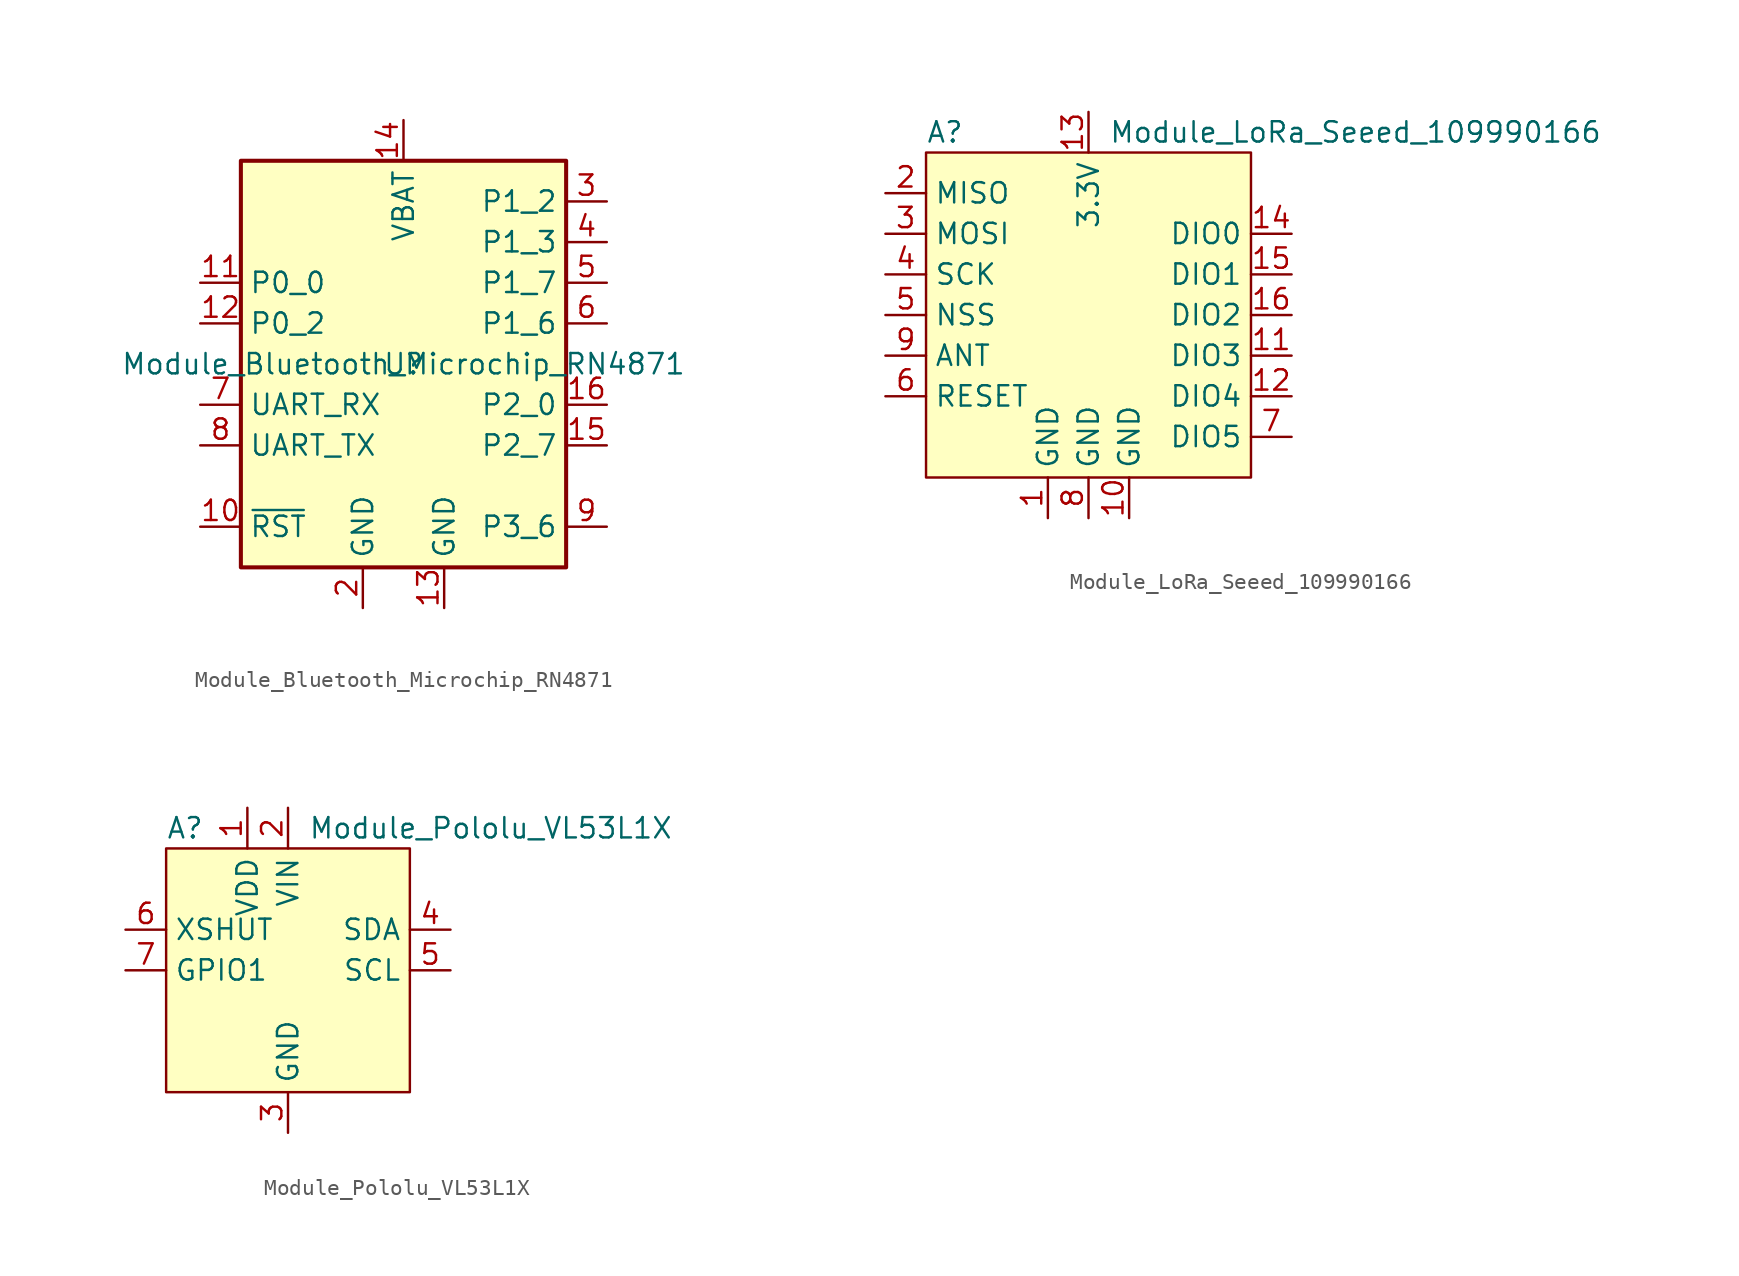
<source format=kicad_sym>
(kicad_symbol_lib
  (version 20231120)
  (generator "kicad_symbol_editor")
  (generator_version "8.0")
  (symbol "Module_Bluetooth_Microchip_RN4871"
    (property "Reference" "U"
      (at 0 0 0)
      (effects (font (size 1.27 1.27))))
    (property "Value" "Module_Bluetooth_Microchip_RN4871"
      (at 0 0 0)
      (effects (font (size 1.27 1.27))))
    (symbol "Module_Bluetooth_Microchip_RN4871_1_1"
      (rectangle (start -10.16 12.7) (end 10.16 -12.7) (stroke (width 0.254) (type default)) (fill (type background)))
      (pin no_connect line (at -12.7 10.16 0) (length 2.54) hide (name "NC" (effects (font (size 1.27 1.27)))) (number "1" (effects (font (size 1.27 1.27)))))
      (pin input line (at -12.7 -10.16 0) (length 2.54) (name "~{RST}" (effects (font (size 1.27 1.27)))) (number "10" (effects (font (size 1.27 1.27)))))
      (pin bidirectional line (at -12.7 5.08 0) (length 2.54) (name "P0_0" (effects (font (size 1.27 1.27)))) (number "11" (effects (font (size 1.27 1.27)))))
      (pin bidirectional line (at -12.7 2.54 0) (length 2.54) (name "P0_2" (effects (font (size 1.27 1.27)))) (number "12" (effects (font (size 1.27 1.27)))))
      (pin power_in line (at 2.54 -15.24 90) (length 2.54) (name "GND" (effects (font (size 1.27 1.27)))) (number "13" (effects (font (size 1.27 1.27)))))
      (pin power_in line (at 0 15.24 270) (length 2.54) (name "VBAT" (effects (font (size 1.27 1.27)))) (number "14" (effects (font (size 1.27 1.27)))))
      (pin bidirectional line (at 12.7 -5.08 180) (length 2.54) (name "P2_7" (effects (font (size 1.27 1.27)))) (number "15" (effects (font (size 1.27 1.27)))))
      (pin bidirectional line (at 12.7 -2.54 180) (length 2.54) (name "P2_0" (effects (font (size 1.27 1.27)))) (number "16" (effects (font (size 1.27 1.27)))))
      (pin power_in line (at -2.54 -15.24 90) (length 2.54) (name "GND" (effects (font (size 1.27 1.27)))) (number "2" (effects (font (size 1.27 1.27)))))
      (pin bidirectional line (at 12.7 10.16 180) (length 2.54) (name "P1_2" (effects (font (size 1.27 1.27)))) (number "3" (effects (font (size 1.27 1.27)))))
      (pin bidirectional line (at 12.7 7.62 180) (length 2.54) (name "P1_3" (effects (font (size 1.27 1.27)))) (number "4" (effects (font (size 1.27 1.27)))))
      (pin bidirectional line (at 12.7 5.08 180) (length 2.54) (name "P1_7" (effects (font (size 1.27 1.27)))) (number "5" (effects (font (size 1.27 1.27)))))
      (pin bidirectional line (at 12.7 2.54 180) (length 2.54) (name "P1_6" (effects (font (size 1.27 1.27)))) (number "6" (effects (font (size 1.27 1.27)))))
      (pin bidirectional line (at -12.7 -2.54 0) (length 2.54) (name "UART_RX" (effects (font (size 1.27 1.27)))) (number "7" (effects (font (size 1.27 1.27)))))
      (pin bidirectional line (at -12.7 -5.08 0) (length 2.54) (name "UART_TX" (effects (font (size 1.27 1.27)))) (number "8" (effects (font (size 1.27 1.27)))))
      (pin bidirectional line (at 12.7 -10.16 180) (length 2.54) (name "P3_6" (effects (font (size 1.27 1.27)))) (number "9" (effects (font (size 1.27 1.27)))))))
  (symbol "Module_LoRa_Seeed_109990166"
    (property "Reference" "A"
      (at -10.16 11.43 0)
      (effects (font (size 1.27 1.27)) (justify left)))
    (property "Value" "Module_LoRa_Seeed_109990166"
      (at 1.27 11.43 0)
      (effects (font (size 1.27 1.27)) (justify left)))
    (symbol "Module_LoRa_Seeed_109990166_1_1"
      (rectangle (start -10.16 10.16) (end 10.16 -10.16) (stroke (width 0) (type default)) (fill (type background)))
      (pin power_in line (at -2.54 -12.7 90) (length 2.54) (name "GND" (effects (font (size 1.27 1.27)))) (number "1" (effects (font (size 1.27 1.27)))))
      (pin power_in line (at 2.54 -12.7 90) (length 2.54) (name "GND" (effects (font (size 1.27 1.27)))) (number "10" (effects (font (size 1.27 1.27)))))
      (pin bidirectional line (at 12.7 -2.54 180) (length 2.54) (name "DIO3" (effects (font (size 1.27 1.27)))) (number "11" (effects (font (size 1.27 1.27)))))
      (pin bidirectional line (at 12.7 -5.08 180) (length 2.54) (name "DIO4" (effects (font (size 1.27 1.27)))) (number "12" (effects (font (size 1.27 1.27)))))
      (pin power_in line (at 0 12.7 270) (length 2.54) (name "3.3V" (effects (font (size 1.27 1.27)))) (number "13" (effects (font (size 1.27 1.27)))))
      (pin bidirectional line (at 12.7 5.08 180) (length 2.54) (name "DIO0" (effects (font (size 1.27 1.27)))) (number "14" (effects (font (size 1.27 1.27)))))
      (pin bidirectional line (at 12.7 2.54 180) (length 2.54) (name "DIO1" (effects (font (size 1.27 1.27)))) (number "15" (effects (font (size 1.27 1.27)))))
      (pin bidirectional line (at 12.7 0 180) (length 2.54) (name "DIO2" (effects (font (size 1.27 1.27)))) (number "16" (effects (font (size 1.27 1.27)))))
      (pin input line (at -12.7 7.62 0) (length 2.54) (name "MISO" (effects (font (size 1.27 1.27)))) (number "2" (effects (font (size 1.27 1.27)))))
      (pin output line (at -12.7 5.08 0) (length 2.54) (name "MOSI" (effects (font (size 1.27 1.27)))) (number "3" (effects (font (size 1.27 1.27)))))
      (pin input line (at -12.7 2.54 0) (length 2.54) (name "SCK" (effects (font (size 1.27 1.27)))) (number "4" (effects (font (size 1.27 1.27)))))
      (pin input line (at -12.7 0 0) (length 2.54) (name "NSS" (effects (font (size 1.27 1.27)))) (number "5" (effects (font (size 1.27 1.27)))))
      (pin input line (at -12.7 -5.08 0) (length 2.54) (name "RESET" (effects (font (size 1.27 1.27)))) (number "6" (effects (font (size 1.27 1.27)))))
      (pin bidirectional line (at 12.7 -7.62 180) (length 2.54) (name "DIO5" (effects (font (size 1.27 1.27)))) (number "7" (effects (font (size 1.27 1.27)))))
      (pin power_in line (at 0 -12.7 90) (length 2.54) (name "GND" (effects (font (size 1.27 1.27)))) (number "8" (effects (font (size 1.27 1.27)))))
      (pin bidirectional line (at -12.7 -2.54 0) (length 2.54) (name "ANT" (effects (font (size 1.27 1.27)))) (number "9" (effects (font (size 1.27 1.27)))))))
  (symbol "Module_Pololu_VL53L1X"
    (property "Reference" "A"
      (at -7.62 8.89 0)
      (effects (font (size 1.27 1.27)) (justify left)))
    (property "Value" "Module_Pololu_VL53L1X"
      (at 1.27 8.89 0)
      (effects (font (size 1.27 1.27)) (justify left)))
    (symbol "Module_Pololu_VL53L1X_1_1"
      (rectangle (start -7.62 7.62) (end 7.62 -7.62) (stroke (width 0) (type default)) (fill (type background)))
      (pin power_in line (at -2.54 10.16 270) (length 2.54) (name "VDD" (effects (font (size 1.27 1.27)))) (number "1" (effects (font (size 1.27 1.27)))))
      (pin power_in line (at 0 10.16 270) (length 2.54) (name "VIN" (effects (font (size 1.27 1.27)))) (number "2" (effects (font (size 1.27 1.27)))))
      (pin power_in line (at 0 -10.16 90) (length 2.54) (name "GND" (effects (font (size 1.27 1.27)))) (number "3" (effects (font (size 1.27 1.27)))))
      (pin bidirectional line (at 10.16 2.54 180) (length 2.54) (name "SDA" (effects (font (size 1.27 1.27)))) (number "4" (effects (font (size 1.27 1.27)))))
      (pin bidirectional line (at 10.16 0 180) (length 2.54) (name "SCL" (effects (font (size 1.27 1.27)))) (number "5" (effects (font (size 1.27 1.27)))))
      (pin input line (at -10.16 2.54 0) (length 2.54) (name "XSHUT" (effects (font (size 1.27 1.27)))) (number "6" (effects (font (size 1.27 1.27)))))
      (pin output line (at -10.16 0 0) (length 2.54) (name "GPIO1" (effects (font (size 1.27 1.27)))) (number "7" (effects (font (size 1.27 1.27))))))))
</source>
